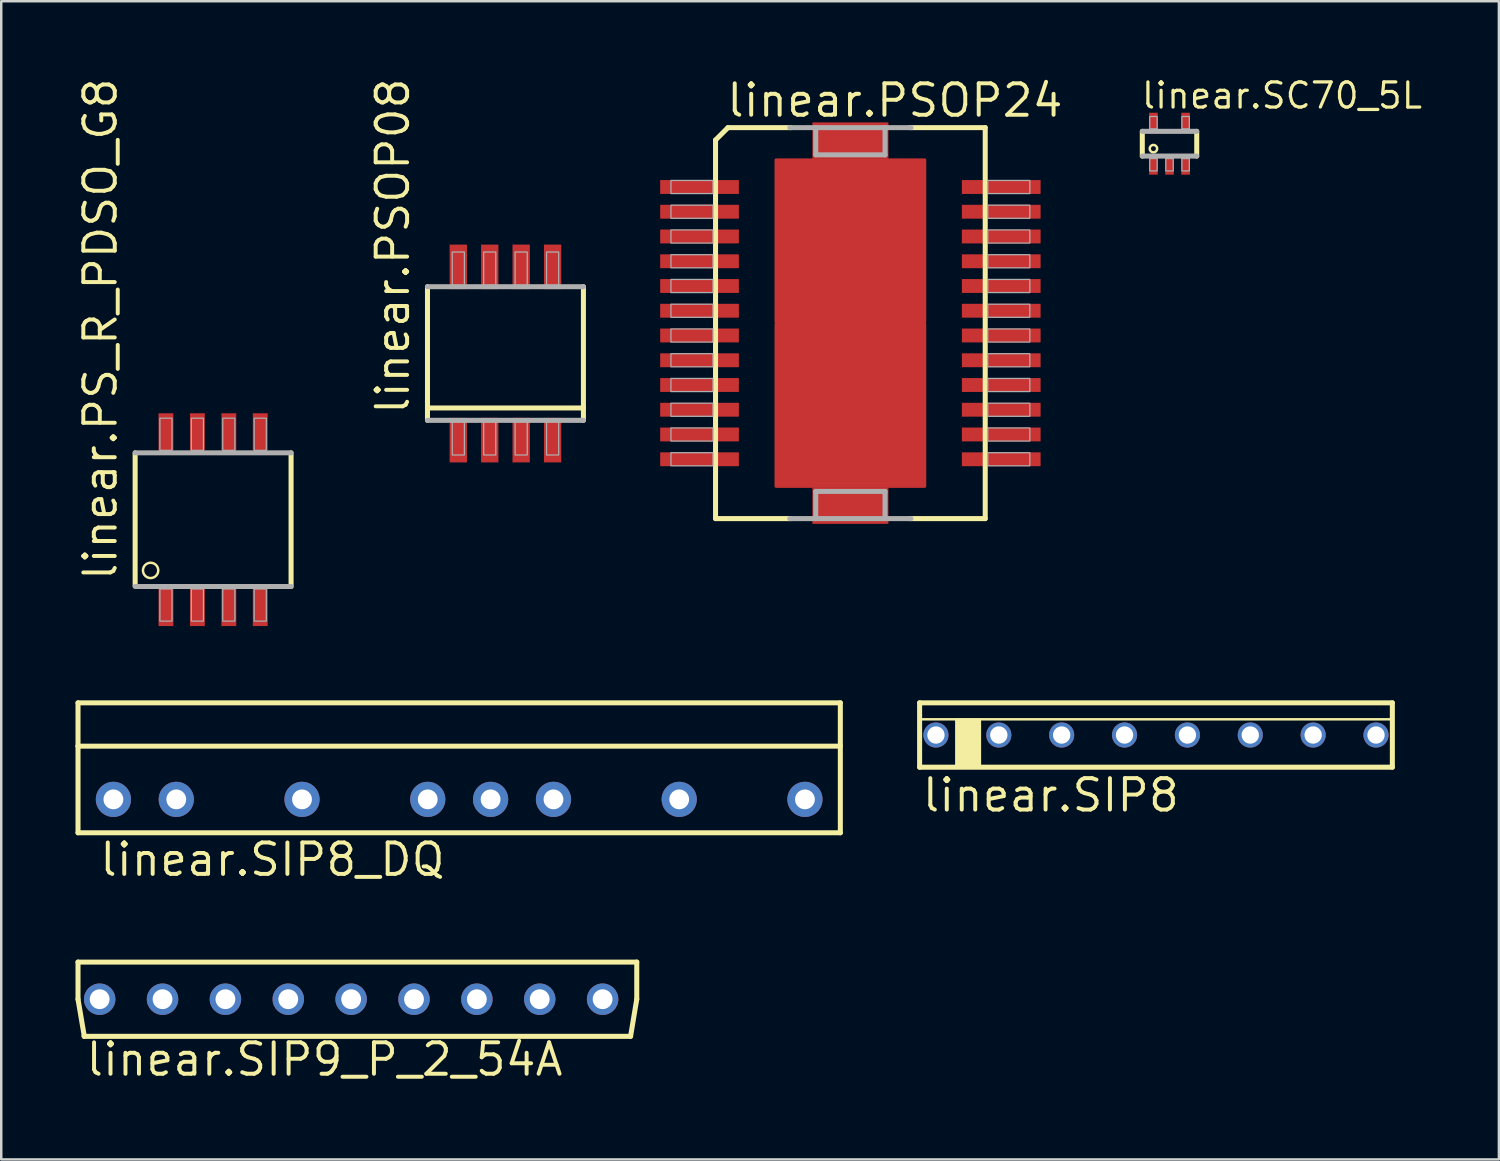
<source format=kicad_pcb>
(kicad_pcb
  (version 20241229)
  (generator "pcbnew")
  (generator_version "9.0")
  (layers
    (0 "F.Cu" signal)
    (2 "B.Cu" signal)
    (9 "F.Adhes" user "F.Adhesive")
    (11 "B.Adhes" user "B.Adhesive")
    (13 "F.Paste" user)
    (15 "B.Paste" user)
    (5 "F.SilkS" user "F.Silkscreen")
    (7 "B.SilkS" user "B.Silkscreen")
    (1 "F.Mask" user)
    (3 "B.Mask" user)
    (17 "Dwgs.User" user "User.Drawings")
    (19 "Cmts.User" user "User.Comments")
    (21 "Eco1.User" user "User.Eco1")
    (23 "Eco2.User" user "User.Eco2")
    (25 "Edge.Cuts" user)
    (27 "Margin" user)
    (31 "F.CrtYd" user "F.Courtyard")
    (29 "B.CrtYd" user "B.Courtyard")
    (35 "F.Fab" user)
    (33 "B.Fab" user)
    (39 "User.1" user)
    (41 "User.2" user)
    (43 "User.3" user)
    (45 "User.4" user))
  (footprint "linear.SC70_5L"
    (layer "F.Cu")
    (at 44.202 2.756)
    (property "Reference" "linear.SC70_5L" (at -1.2 -1.35 0) (layer "F.SilkS") (effects (font (size 1.016 1.016) (thickness 0.13)) (justify left bottom)))
    (attr smd)
    (fp_line (start -1.1 0.5) (end -1.1 -0.5) (stroke (width 0.203) (type default)) (layer "F.SilkS"))
    (fp_line (start 1.1 -0.5) (end 1.1 0.5) (stroke (width 0.203) (type default)) (layer "F.SilkS"))
    (fp_circle (center -0.65 0.2) (end -0.5 0.2) (stroke (width 0.1) (type default)) (fill no) (layer "F.SilkS"))
    (fp_line (start -1.1 -0.5) (end 1.1 -0.5) (stroke (width 0.203) (type default)) (layer "F.Fab"))
    (fp_line (start 1.1 0.5) (end -1.1 0.5) (stroke (width 0.203) (type default)) (layer "F.Fab"))
    (fp_rect (start -0.8 -0.6) (end -0.5 -1.1) (stroke (width 0.05) (type default)) (fill no) (layer "F.Fab"))
    (fp_rect (start -0.8 1.1) (end -0.5 0.6) (stroke (width 0.05) (type default)) (fill no) (layer "F.Fab"))
    (fp_rect (start -0.15 1.1) (end 0.15 0.6) (stroke (width 0.05) (type default)) (fill no) (layer "F.Fab"))
    (fp_rect (start 0.5 -0.6) (end 0.8 -1.1) (stroke (width 0.05) (type default)) (fill no) (layer "F.Fab"))
    (fp_rect (start 0.5 1.1) (end 0.8 0.6) (stroke (width 0.05) (type default)) (fill no) (layer "F.Fab"))
    (pad "1" smd roundrect (at -0.65 0.85) (size 0.35 0.8) (layers "F.Cu" "F.Mask" "F.Paste") (roundrect_rratio 0.01))
    (pad "2" smd roundrect (at 0 0.85) (size 0.35 0.8) (layers "F.Cu" "F.Mask" "F.Paste") (roundrect_rratio 0.01))
    (pad "3" smd roundrect (at 0.65 0.85) (size 0.35 0.8) (layers "F.Cu" "F.Mask" "F.Paste") (roundrect_rratio 0.01))
    (pad "4" smd roundrect (at 0.65 -0.85) (size 0.35 0.8) (layers "F.Cu" "F.Mask" "F.Paste") (roundrect_rratio 0.01))
    (pad "5" smd roundrect (at -0.65 -0.85) (size 0.35 0.8) (layers "F.Cu" "F.Mask" "F.Paste") (roundrect_rratio 0.01)))
  (footprint "linear.SIP8"
    (layer "F.Cu")
    (at 43.655 26.647)
    (property "Reference" "linear.SIP8" (at -9.525 3.175 0) (layer "F.SilkS") (effects (font (size 1.27 1.27) (thickness 0.16)) (justify left bottom)))
    (attr through_hole)
    (fp_line (start -9.55 -1.3) (end 9.55 -1.3) (stroke (width 0.203) (type default)) (layer "F.SilkS"))
    (fp_line (start -9.55 1.3) (end -9.55 -1.3) (stroke (width 0.203) (type default)) (layer "F.SilkS"))
    (fp_line (start -9.525 -0.635) (end 9.525 -0.635) (stroke (width 0.102) (type default)) (layer "F.SilkS"))
    (fp_line (start 9.55 -1.3) (end 9.55 1.3) (stroke (width 0.203) (type default)) (layer "F.SilkS"))
    (fp_line (start 9.55 1.3) (end -9.55 1.3) (stroke (width 0.203) (type default)) (layer "F.SilkS"))
    (fp_rect (start -8.09 1.275) (end -7.09 -0.635) (stroke (width 0.05) (type default)) (fill yes) (layer "F.SilkS"))
    (pad "1" thru_hole circle (at -8.89 0 90) (size 1.016 1.016) (drill 0.7) (layers "*.Cu" "*.Mask"))
    (pad "2" thru_hole circle (at -6.35 0 90) (size 1.016 1.016) (drill 0.7) (layers "*.Cu" "*.Mask"))
    (pad "3" thru_hole circle (at -3.81 0 90) (size 1.016 1.016) (drill 0.7) (layers "*.Cu" "*.Mask"))
    (pad "4" thru_hole circle (at -1.27 0 90) (size 1.016 1.016) (drill 0.7) (layers "*.Cu" "*.Mask"))
    (pad "5" thru_hole circle (at 1.27 0 90) (size 1.016 1.016) (drill 0.7) (layers "*.Cu" "*.Mask"))
    (pad "6" thru_hole circle (at 3.81 0 90) (size 1.016 1.016) (drill 0.7) (layers "*.Cu" "*.Mask"))
    (pad "7" thru_hole circle (at 6.35 0 90) (size 1.016 1.016) (drill 0.7) (layers "*.Cu" "*.Mask"))
    (pad "8" thru_hole circle (at 8.89 0 90) (size 1.016 1.016) (drill 0.7) (layers "*.Cu" "*.Mask")))
  (footprint "linear.SIP9_P_2_54A"
    (layer "F.Cu")
    (at 11.137 37.321)
    (property "Reference" "linear.SIP9_P_2_54A" (at -10.795 3.175 0) (layer "F.SilkS") (effects (font (size 1.27 1.27) (thickness 0.16)) (justify left bottom)))
    (attr through_hole)
    (fp_line (start -11.035 -1.5) (end 11.54 -1.5) (stroke (width 0.203) (type default)) (layer "F.SilkS"))
    (fp_line (start -11.035 0) (end -11.035 -1.5) (stroke (width 0.203) (type default)) (layer "F.SilkS"))
    (fp_line (start -10.785 1.475) (end -11.035 0) (stroke (width 0.203) (type default)) (layer "F.SilkS"))
    (fp_line (start -10.785 1.475) (end -10.785 1.5) (stroke (width 0.203) (type default)) (layer "F.SilkS"))
    (fp_line (start 11.29 1.5) (end -10.785 1.5) (stroke (width 0.203) (type default)) (layer "F.SilkS"))
    (fp_line (start 11.54 -1.5) (end 11.54 0) (stroke (width 0.203) (type default)) (layer "F.SilkS"))
    (fp_line (start 11.54 0) (end 11.29 1.5) (stroke (width 0.203) (type default)) (layer "F.SilkS"))
    (pad "1" thru_hole circle (at -10.16 0) (size 1.27 1.27) (drill 0.8) (layers "*.Cu" "*.Mask"))
    (pad "2" thru_hole circle (at -7.62 0) (size 1.27 1.27) (drill 0.8) (layers "*.Cu" "*.Mask"))
    (pad "3" thru_hole circle (at -5.08 0) (size 1.27 1.27) (drill 0.8) (layers "*.Cu" "*.Mask"))
    (pad "4" thru_hole circle (at -2.54 0) (size 1.27 1.27) (drill 0.8) (layers "*.Cu" "*.Mask"))
    (pad "5" thru_hole circle (at 0 0) (size 1.27 1.27) (drill 0.8) (layers "*.Cu" "*.Mask"))
    (pad "6" thru_hole circle (at 2.54 0) (size 1.27 1.27) (drill 0.8) (layers "*.Cu" "*.Mask"))
    (pad "7" thru_hole circle (at 5.08 0) (size 1.27 1.27) (drill 0.8) (layers "*.Cu" "*.Mask"))
    (pad "8" thru_hole circle (at 7.62 0) (size 1.27 1.27) (drill 0.8) (layers "*.Cu" "*.Mask"))
    (pad "9" thru_hole circle (at 10.16 0) (size 1.27 1.27) (drill 0.8) (layers "*.Cu" "*.Mask")))
  (footprint "linear.PSOP08"
    (layer "F.Cu")
    (at 17.372 11.233)
    (property "Reference" "linear.PSOP08" (at -3.81 2.54 90) (layer "F.SilkS") (effects (font (size 1.27 1.27) (thickness 0.16)) (justify left bottom)))
    (attr smd)
    (fp_line (start -3.15 2.2) (end -3.15 -2.7) (stroke (width 0.203) (type default)) (layer "F.SilkS"))
    (fp_line (start -3.15 2.7) (end -3.15 2.2) (stroke (width 0.203) (type default)) (layer "F.SilkS"))
    (fp_line (start 3.15 -2.7) (end 3.15 2.2) (stroke (width 0.203) (type default)) (layer "F.SilkS"))
    (fp_line (start 3.15 2.2) (end -3.15 2.2) (stroke (width 0.203) (type default)) (layer "F.SilkS"))
    (fp_line (start 3.15 2.2) (end 3.15 2.7) (stroke (width 0.203) (type default)) (layer "F.SilkS"))
    (fp_line (start -3.15 -2.7) (end 3.15 -2.7) (stroke (width 0.203) (type default)) (layer "F.Fab"))
    (fp_line (start 3.15 2.7) (end -3.15 2.7) (stroke (width 0.203) (type default)) (layer "F.Fab"))
    (fp_rect (start -2.15 -2.75) (end -1.66 -4.1) (stroke (width 0.05) (type default)) (fill no) (layer "F.Fab"))
    (fp_rect (start -2.15 4.1) (end -1.66 2.75) (stroke (width 0.05) (type default)) (fill no) (layer "F.Fab"))
    (fp_rect (start -0.88 -2.75) (end -0.39 -4.1) (stroke (width 0.05) (type default)) (fill no) (layer "F.Fab"))
    (fp_rect (start -0.88 4.1) (end -0.39 2.75) (stroke (width 0.05) (type default)) (fill no) (layer "F.Fab"))
    (fp_rect (start 0.39 -2.75) (end 0.88 -4.1) (stroke (width 0.05) (type default)) (fill no) (layer "F.Fab"))
    (fp_rect (start 0.39 4.1) (end 0.88 2.75) (stroke (width 0.05) (type default)) (fill no) (layer "F.Fab"))
    (fp_rect (start 1.66 -2.75) (end 2.15 -4.1) (stroke (width 0.05) (type default)) (fill no) (layer "F.Fab"))
    (fp_rect (start 1.66 4.1) (end 2.15 2.75) (stroke (width 0.05) (type default)) (fill no) (layer "F.Fab"))
    (pad "1" smd roundrect (at -1.905 3.5) (size 0.7 1.8) (layers "F.Cu" "F.Mask" "F.Paste") (roundrect_rratio 0.01))
    (pad "2" smd roundrect (at -0.635 3.5) (size 0.7 1.8) (layers "F.Cu" "F.Mask" "F.Paste") (roundrect_rratio 0.01))
    (pad "3" smd roundrect (at 0.635 3.5) (size 0.7 1.8) (layers "F.Cu" "F.Mask" "F.Paste") (roundrect_rratio 0.01))
    (pad "4" smd roundrect (at 1.905 3.5) (size 0.7 1.8) (layers "F.Cu" "F.Mask" "F.Paste") (roundrect_rratio 0.01))
    (pad "5" smd roundrect (at 1.905 -3.5) (size 0.7 1.8) (layers "F.Cu" "F.Mask" "F.Paste") (roundrect_rratio 0.01))
    (pad "6" smd roundrect (at 0.635 -3.5) (size 0.7 1.8) (layers "F.Cu" "F.Mask" "F.Paste") (roundrect_rratio 0.01))
    (pad "7" smd roundrect (at -0.635 -3.5) (size 0.7 1.8) (layers "F.Cu" "F.Mask" "F.Paste") (roundrect_rratio 0.01))
    (pad "8" smd roundrect (at -1.905 -3.5) (size 0.7 1.8) (layers "F.Cu" "F.Mask" "F.Paste") (roundrect_rratio 0.01)))
  (footprint "linear.SIP8_DQ"
    (layer "F.Cu")
    (at 15.502 29.247)
    (property "Reference" "linear.SIP8_DQ" (at -14.605 3.175 0) (layer "F.SilkS") (effects (font (size 1.27 1.27) (thickness 0.16)) (justify left bottom)))
    (attr through_hole)
    (fp_line (start -15.4 -3.9) (end 15.4 -3.9) (stroke (width 0.203) (type default)) (layer "F.SilkS"))
    (fp_line (start -15.4 -2.15) (end -15.4 -3.9) (stroke (width 0.203) (type default)) (layer "F.SilkS"))
    (fp_line (start -15.4 -2.15) (end 15.4 -2.15) (stroke (width 0.203) (type default)) (layer "F.SilkS"))
    (fp_line (start -15.4 1.35) (end -15.4 -2.15) (stroke (width 0.203) (type default)) (layer "F.SilkS"))
    (fp_line (start 15.4 -3.9) (end 15.4 1.35) (stroke (width 0.203) (type default)) (layer "F.SilkS"))
    (fp_line (start 15.4 1.35) (end -15.4 1.35) (stroke (width 0.203) (type default)) (layer "F.SilkS"))
    (pad "1" thru_hole circle (at -13.97 0) (size 1.422 1.422) (drill 0.8) (layers "*.Cu" "*.Mask"))
    (pad "2" thru_hole circle (at -11.43 0) (size 1.422 1.422) (drill 0.8) (layers "*.Cu" "*.Mask"))
    (pad "3" thru_hole circle (at -6.35 0) (size 1.422 1.422) (drill 0.8) (layers "*.Cu" "*.Mask"))
    (pad "4" thru_hole circle (at -1.27 0) (size 1.422 1.422) (drill 0.8) (layers "*.Cu" "*.Mask"))
    (pad "5" thru_hole circle (at 1.27 0) (size 1.422 1.422) (drill 0.8) (layers "*.Cu" "*.Mask"))
    (pad "6" thru_hole circle (at 3.81 0) (size 1.422 1.422) (drill 0.8) (layers "*.Cu" "*.Mask"))
    (pad "7" thru_hole circle (at 8.89 0) (size 1.422 1.422) (drill 0.8) (layers "*.Cu" "*.Mask"))
    (pad "8" thru_hole circle (at 13.97 0) (size 1.422 1.422) (drill 0.8) (layers "*.Cu" "*.Mask")))
  (footprint "linear.PS_R_PDSO_G8"
    (layer "F.Cu")
    (at 5.56 17.946)
    (property "Reference" "linear.PS_R_PDSO_G8" (at -3.81 2.54 90) (layer "F.SilkS") (effects (font (size 1.27 1.27) (thickness 0.16)) (justify left bottom)))
    (attr smd)
    (fp_line (start -3.15 2.675) (end -3.15 -2.7) (stroke (width 0.203) (type default)) (layer "F.SilkS"))
    (fp_line (start 3.15 -2.7) (end 3.15 2.7) (stroke (width 0.203) (type default)) (layer "F.SilkS"))
    (fp_circle (center -2.525 2.05) (end -2.216 2.05) (stroke (width 0.1) (type default)) (fill no) (layer "F.SilkS"))
    (fp_line (start -3.15 -2.7) (end 3.15 -2.7) (stroke (width 0.203) (type default)) (layer "F.Fab"))
    (fp_line (start 3.15 2.7) (end -3.15 2.7) (stroke (width 0.203) (type default)) (layer "F.Fab"))
    (fp_rect (start -2.15 -2.8) (end -1.66 -4.1) (stroke (width 0.05) (type default)) (fill no) (layer "F.Fab"))
    (fp_rect (start -2.15 4.1) (end -1.66 2.8) (stroke (width 0.05) (type default)) (fill no) (layer "F.Fab"))
    (fp_rect (start -0.88 -2.8) (end -0.39 -4.1) (stroke (width 0.05) (type default)) (fill no) (layer "F.Fab"))
    (fp_rect (start -0.88 4.1) (end -0.39 2.8) (stroke (width 0.05) (type default)) (fill no) (layer "F.Fab"))
    (fp_rect (start 0.39 -2.8) (end 0.88 -4.1) (stroke (width 0.05) (type default)) (fill no) (layer "F.Fab"))
    (fp_rect (start 0.39 4.1) (end 0.88 2.8) (stroke (width 0.05) (type default)) (fill no) (layer "F.Fab"))
    (fp_rect (start 1.66 -2.8) (end 2.15 -4.1) (stroke (width 0.05) (type default)) (fill no) (layer "F.Fab"))
    (fp_rect (start 1.66 4.1) (end 2.15 2.8) (stroke (width 0.05) (type default)) (fill no) (layer "F.Fab"))
    (pad "1" smd roundrect (at -1.905 3.55) (size 0.6 1.5) (layers "F.Cu" "F.Mask" "F.Paste") (roundrect_rratio 0.01))
    (pad "2" smd roundrect (at -0.635 3.55) (size 0.6 1.5) (layers "F.Cu" "F.Mask" "F.Paste") (roundrect_rratio 0.01))
    (pad "3" smd roundrect (at 0.635 3.55) (size 0.6 1.5) (layers "F.Cu" "F.Mask" "F.Paste") (roundrect_rratio 0.01))
    (pad "4" smd roundrect (at 1.905 3.55) (size 0.6 1.5) (layers "F.Cu" "F.Mask" "F.Paste") (roundrect_rratio 0.01))
    (pad "5" smd roundrect (at 1.905 -3.55) (size 0.6 1.5) (layers "F.Cu" "F.Mask" "F.Paste") (roundrect_rratio 0.01))
    (pad "6" smd roundrect (at 0.635 -3.55) (size 0.6 1.5) (layers "F.Cu" "F.Mask" "F.Paste") (roundrect_rratio 0.01))
    (pad "7" smd roundrect (at -0.635 -3.55) (size 0.6 1.5) (layers "F.Cu" "F.Mask" "F.Paste") (roundrect_rratio 0.01))
    (pad "8" smd roundrect (at -1.905 -3.55) (size 0.6 1.5) (layers "F.Cu" "F.Mask" "F.Paste") (roundrect_rratio 0.01)))
  (footprint "linear.PSOP24"
    (layer "F.Cu")
    (at 31.308 10.005)
    (property "Reference" "linear.PSOP24" (at -5.08 -8.255 0) (layer "F.SilkS") (effects (font (size 1.27 1.27) (thickness 0.16)) (justify left bottom)))
    (attr smd)
    (fp_line (start -5.448 -7.398) (end -5.448 7.898) (stroke (width 0.203) (type default)) (layer "F.SilkS"))
    (fp_line (start -5.448 7.898) (end -2.4 7.898) (stroke (width 0.203) (type default)) (layer "F.SilkS"))
    (fp_line (start -4.948 -7.898) (end -5.448 -7.398) (stroke (width 0.203) (type default)) (layer "F.SilkS"))
    (fp_line (start -2.4 -7.898) (end -4.948 -7.898) (stroke (width 0.203) (type default)) (layer "F.SilkS"))
    (fp_line (start 2.4 7.898) (end 5.448 7.898) (stroke (width 0.203) (type default)) (layer "F.SilkS"))
    (fp_line (start 5.448 -7.898) (end 2.4 -7.898) (stroke (width 0.203) (type default)) (layer "F.SilkS"))
    (fp_line (start 5.448 7.898) (end 5.448 -7.898) (stroke (width 0.203) (type default)) (layer "F.SilkS"))
    (fp_line (start -2.448 7.898) (end -1.4 7.898) (stroke (width 0.203) (type default)) (layer "F.Fab"))
    (fp_line (start -1.4 -7.898) (end -2.448 -7.898) (stroke (width 0.203) (type default)) (layer "F.Fab"))
    (fp_line (start -1.4 -7.898) (end -1.4 -6.8) (stroke (width 0.203) (type default)) (layer "F.Fab"))
    (fp_line (start -1.4 -6.8) (end 1.4 -6.8) (stroke (width 0.203) (type default)) (layer "F.Fab"))
    (fp_line (start -1.4 6.8) (end -1.4 7.898) (stroke (width 0.203) (type default)) (layer "F.Fab"))
    (fp_line (start -1.4 7.898) (end 1.4 7.898) (stroke (width 0.203) (type default)) (layer "F.Fab"))
    (fp_line (start 1.4 -7.898) (end -1.4 -7.898) (stroke (width 0.203) (type default)) (layer "F.Fab"))
    (fp_line (start 1.4 -6.8) (end 1.4 -7.898) (stroke (width 0.203) (type default)) (layer "F.Fab"))
    (fp_line (start 1.4 6.8) (end -1.4 6.8) (stroke (width 0.203) (type default)) (layer "F.Fab"))
    (fp_line (start 1.4 7.898) (end 1.4 6.8) (stroke (width 0.203) (type default)) (layer "F.Fab"))
    (fp_line (start 1.4 7.898) (end 2.448 7.898) (stroke (width 0.203) (type default)) (layer "F.Fab"))
    (fp_line (start 2.448 -7.898) (end 1.4 -7.898) (stroke (width 0.203) (type default)) (layer "F.Fab"))
    (fp_rect (start -7.25 -5.235) (end -5.55 -5.765) (stroke (width 0.05) (type default)) (fill no) (layer "F.Fab"))
    (fp_rect (start -7.25 -4.235) (end -5.55 -4.765) (stroke (width 0.05) (type default)) (fill no) (layer "F.Fab"))
    (fp_rect (start -7.25 -3.235) (end -5.55 -3.765) (stroke (width 0.05) (type default)) (fill no) (layer "F.Fab"))
    (fp_rect (start -7.25 -2.235) (end -5.55 -2.765) (stroke (width 0.05) (type default)) (fill no) (layer "F.Fab"))
    (fp_rect (start -7.25 -1.235) (end -5.55 -1.765) (stroke (width 0.05) (type default)) (fill no) (layer "F.Fab"))
    (fp_rect (start -7.25 -0.235) (end -5.55 -0.765) (stroke (width 0.05) (type default)) (fill no) (layer "F.Fab"))
    (fp_rect (start -7.25 0.765) (end -5.55 0.235) (stroke (width 0.05) (type default)) (fill no) (layer "F.Fab"))
    (fp_rect (start -7.25 1.765) (end -5.55 1.235) (stroke (width 0.05) (type default)) (fill no) (layer "F.Fab"))
    (fp_rect (start -7.25 2.765) (end -5.55 2.235) (stroke (width 0.05) (type default)) (fill no) (layer "F.Fab"))
    (fp_rect (start -7.25 3.765) (end -5.55 3.235) (stroke (width 0.05) (type default)) (fill no) (layer "F.Fab"))
    (fp_rect (start -7.25 4.765) (end -5.55 4.235) (stroke (width 0.05) (type default)) (fill no) (layer "F.Fab"))
    (fp_rect (start -7.25 5.765) (end -5.55 5.235) (stroke (width 0.05) (type default)) (fill no) (layer "F.Fab"))
    (fp_rect (start 5.55 -5.235) (end 7.25 -5.765) (stroke (width 0.05) (type default)) (fill no) (layer "F.Fab"))
    (fp_rect (start 5.55 -4.235) (end 7.25 -4.765) (stroke (width 0.05) (type default)) (fill no) (layer "F.Fab"))
    (fp_rect (start 5.55 -3.235) (end 7.25 -3.765) (stroke (width 0.05) (type default)) (fill no) (layer "F.Fab"))
    (fp_rect (start 5.55 -2.235) (end 7.25 -2.765) (stroke (width 0.05) (type default)) (fill no) (layer "F.Fab"))
    (fp_rect (start 5.55 -1.235) (end 7.25 -1.765) (stroke (width 0.05) (type default)) (fill no) (layer "F.Fab"))
    (fp_rect (start 5.55 -0.235) (end 7.25 -0.765) (stroke (width 0.05) (type default)) (fill no) (layer "F.Fab"))
    (fp_rect (start 5.55 0.765) (end 7.25 0.235) (stroke (width 0.05) (type default)) (fill no) (layer "F.Fab"))
    (fp_rect (start 5.55 1.765) (end 7.25 1.235) (stroke (width 0.05) (type default)) (fill no) (layer "F.Fab"))
    (fp_rect (start 5.55 2.765) (end 7.25 2.235) (stroke (width 0.05) (type default)) (fill no) (layer "F.Fab"))
    (fp_rect (start 5.55 3.765) (end 7.25 3.235) (stroke (width 0.05) (type default)) (fill no) (layer "F.Fab"))
    (fp_rect (start 5.55 4.765) (end 7.25 4.235) (stroke (width 0.05) (type default)) (fill no) (layer "F.Fab"))
    (fp_rect (start 5.55 5.765) (end 7.25 5.235) (stroke (width 0.05) (type default)) (fill no) (layer "F.Fab"))
    (pad "1" smd roundrect (at -6.095 -5.5) (size 3.18 0.56) (layers "F.Cu" "F.Mask" "F.Paste") (roundrect_rratio 0.01))
    (pad "2" smd roundrect (at -6.095 -4.5) (size 3.18 0.56) (layers "F.Cu" "F.Mask" "F.Paste") (roundrect_rratio 0.01))
    (pad "3" smd roundrect (at -6.095 -3.5) (size 3.18 0.56) (layers "F.Cu" "F.Mask" "F.Paste") (roundrect_rratio 0.01))
    (pad "4" smd roundrect (at -6.095 -2.5) (size 3.18 0.56) (layers "F.Cu" "F.Mask" "F.Paste") (roundrect_rratio 0.01))
    (pad "5" smd roundrect (at -6.095 -1.5) (size 3.18 0.56) (layers "F.Cu" "F.Mask" "F.Paste") (roundrect_rratio 0.01))
    (pad "6" smd roundrect (at -6.095 -0.5) (size 3.18 0.56) (layers "F.Cu" "F.Mask" "F.Paste") (roundrect_rratio 0.01))
    (pad "7" smd roundrect (at -6.095 0.5) (size 3.18 0.56) (layers "F.Cu" "F.Mask" "F.Paste") (roundrect_rratio 0.01))
    (pad "8" smd roundrect (at -6.095 1.5) (size 3.18 0.56) (layers "F.Cu" "F.Mask" "F.Paste") (roundrect_rratio 0.01))
    (pad "9" smd roundrect (at -6.095 2.5) (size 3.18 0.56) (layers "F.Cu" "F.Mask" "F.Paste") (roundrect_rratio 0.01))
    (pad "10" smd roundrect (at -6.095 3.5) (size 3.18 0.56) (layers "F.Cu" "F.Mask" "F.Paste") (roundrect_rratio 0.01))
    (pad "11" smd roundrect (at -6.095 4.5) (size 3.18 0.56) (layers "F.Cu" "F.Mask" "F.Paste") (roundrect_rratio 0.01))
    (pad "12" smd roundrect (at -6.095 5.5) (size 3.18 0.56) (layers "F.Cu" "F.Mask" "F.Paste") (roundrect_rratio 0.01))
    (pad "13" smd roundrect (at 6.095 5.5) (size 3.18 0.56) (layers "F.Cu" "F.Mask" "F.Paste") (roundrect_rratio 0.01))
    (pad "14" smd roundrect (at 6.095 4.5) (size 3.18 0.56) (layers "F.Cu" "F.Mask" "F.Paste") (roundrect_rratio 0.01))
    (pad "15" smd roundrect (at 6.095 3.5) (size 3.18 0.56) (layers "F.Cu" "F.Mask" "F.Paste") (roundrect_rratio 0.01))
    (pad "16" smd roundrect (at 6.095 2.5) (size 3.18 0.56) (layers "F.Cu" "F.Mask" "F.Paste") (roundrect_rratio 0.01))
    (pad "17" smd roundrect (at 6.095 1.5) (size 3.18 0.56) (layers "F.Cu" "F.Mask" "F.Paste") (roundrect_rratio 0.01))
    (pad "18" smd roundrect (at 6.095 0.5) (size 3.18 0.56) (layers "F.Cu" "F.Mask" "F.Paste") (roundrect_rratio 0.01))
    (pad "19" smd roundrect (at 6.095 -0.5) (size 3.18 0.56) (layers "F.Cu" "F.Mask" "F.Paste") (roundrect_rratio 0.01))
    (pad "20" smd roundrect (at 6.095 -1.5) (size 3.18 0.56) (layers "F.Cu" "F.Mask" "F.Paste") (roundrect_rratio 0.01))
    (pad "21" smd roundrect (at 6.095 -2.5) (size 3.18 0.56) (layers "F.Cu" "F.Mask" "F.Paste") (roundrect_rratio 0.01))
    (pad "22" smd roundrect (at 6.095 -3.5) (size 3.18 0.56) (layers "F.Cu" "F.Mask" "F.Paste") (roundrect_rratio 0.01))
    (pad "23" smd roundrect (at 6.095 -4.5) (size 3.18 0.56) (layers "F.Cu" "F.Mask" "F.Paste") (roundrect_rratio 0.01))
    (pad "24" smd roundrect (at 6.095 -5.5) (size 3.18 0.56) (layers "F.Cu" "F.Mask" "F.Paste") (roundrect_rratio 0.01))
    (pad "E@1" smd roundrect (at 0 3.32) (size 6.13 6.67) (layers "F.Cu" "F.Mask" "F.Paste") (roundrect_rratio 0.01))
    (pad "E@2" smd roundrect (at 0 -3.32) (size 6.13 6.67) (layers "F.Cu" "F.Mask" "F.Paste") (roundrect_rratio 0.01))
    (pad "E@3" smd roundrect (at 0 7.375) (size 3.07 1.47) (layers "F.Cu" "F.Mask" "F.Paste") (roundrect_rratio 0.01))
    (pad "E@4" smd roundrect (at 0 -7.375) (size 3.07 1.47) (layers "F.Cu" "F.Mask" "F.Paste") (roundrect_rratio 0.01)))
  (gr_rect
    (start -3 -3)
    (end 57.51 43.794)
    (stroke (width 0.1) (type default))
    (fill no)
    (layer "Edge.Cuts")))
</source>
